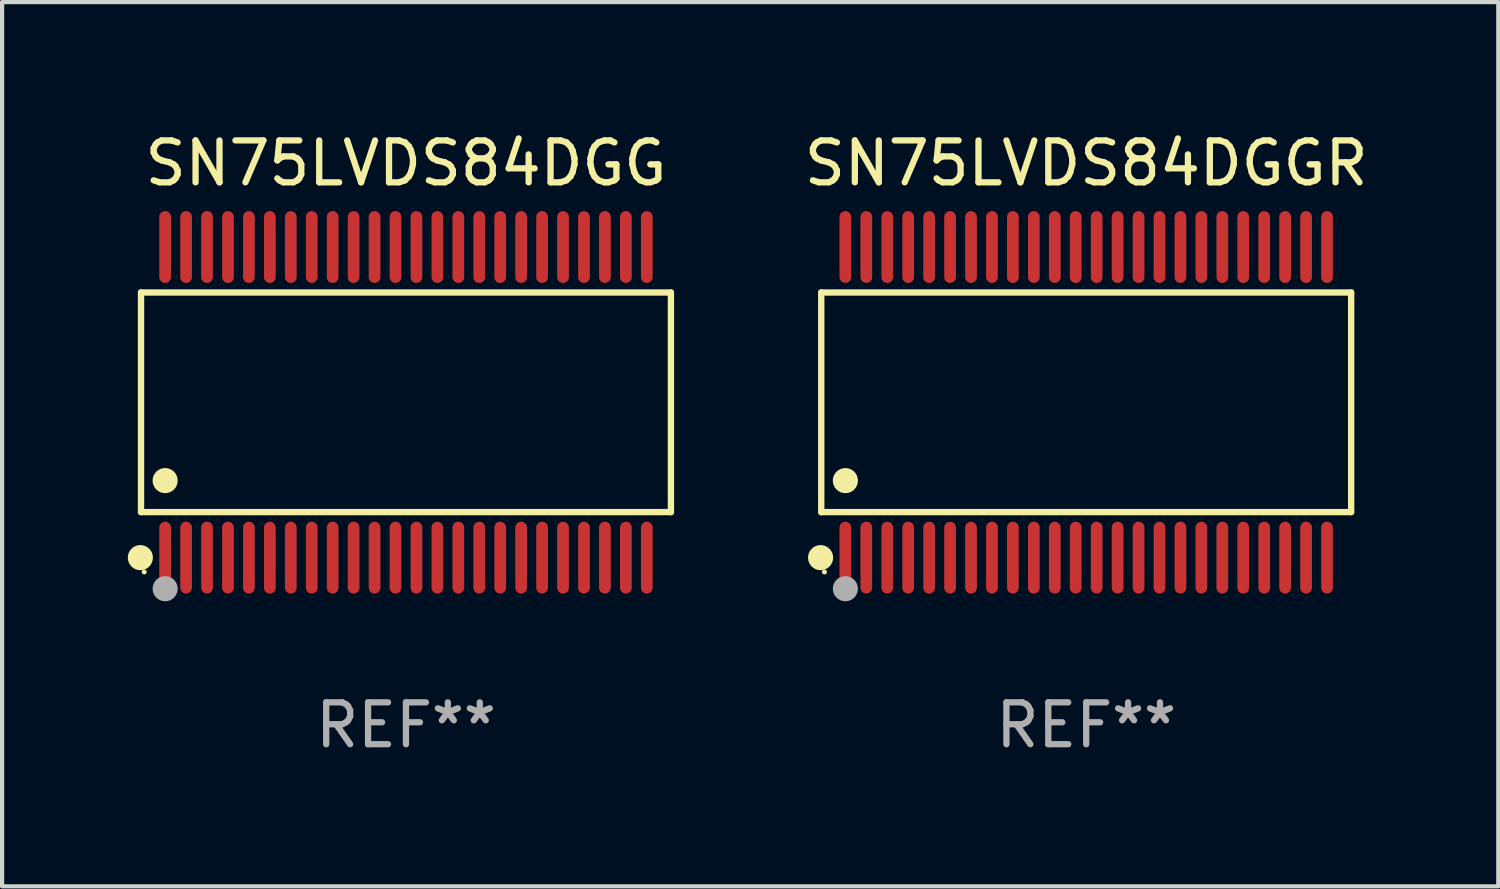
<source format=kicad_pcb>
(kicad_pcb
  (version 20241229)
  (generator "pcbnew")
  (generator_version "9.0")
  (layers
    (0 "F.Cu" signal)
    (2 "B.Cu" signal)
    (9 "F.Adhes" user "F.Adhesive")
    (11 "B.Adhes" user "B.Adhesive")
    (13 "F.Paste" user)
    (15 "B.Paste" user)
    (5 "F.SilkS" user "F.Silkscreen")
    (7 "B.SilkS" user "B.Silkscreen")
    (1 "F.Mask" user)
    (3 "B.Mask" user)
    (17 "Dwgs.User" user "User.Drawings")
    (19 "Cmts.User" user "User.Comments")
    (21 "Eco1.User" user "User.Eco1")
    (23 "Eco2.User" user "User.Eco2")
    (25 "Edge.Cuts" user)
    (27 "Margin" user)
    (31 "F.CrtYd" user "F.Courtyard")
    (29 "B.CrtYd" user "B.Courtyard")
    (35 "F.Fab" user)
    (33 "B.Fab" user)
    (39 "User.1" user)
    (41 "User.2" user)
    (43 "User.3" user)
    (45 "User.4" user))
  (footprint "SN75LVDS84DGG"
    (layer "F.Cu")
    (at 6.643 6.556)
    (property "Reference" "SN75LVDS84DGG" (at 0 -5.708 0) (layer "F.SilkS") (effects (font (size 1 1) (thickness 0.15))))
    (attr through_hole)
    (fp_line (start -6.326 -2.622) (end 6.326 -2.622) (stroke (width 0.152) (type solid)) (layer "F.SilkS"))
    (fp_line (start -6.326 2.621) (end -6.326 -2.622) (stroke (width 0.152) (type solid)) (layer "F.SilkS"))
    (fp_line (start 6.326 -2.622) (end 6.326 2.621) (stroke (width 0.152) (type solid)) (layer "F.SilkS"))
    (fp_line (start 6.326 2.621) (end -6.326 2.621) (stroke (width 0.152) (type solid)) (layer "F.SilkS"))
    (fp_circle (center -6.342 3.708) (end -6.192 3.708) (stroke (width 0.3) (type solid)) (fill no) (layer "F.SilkS"))
    (fp_circle (center -6.25 4.05) (end -6.22 4.05) (stroke (width 0.06) (type solid)) (fill no) (layer "F.SilkS"))
    (fp_circle (center -5.75 1.869) (end -5.6 1.869) (stroke (width 0.3) (type solid)) (fill no) (layer "F.SilkS"))
    (fp_circle (center -5.75 4.45) (end -5.6 4.45) (stroke (width 0.3) (type solid)) (fill no) (layer "F.Fab"))
    (fp_text user "REF**" (at 0 7.708 0) (layer "F.Fab") (effects (font (size 1 1) (thickness 0.15))))
    (pad "1" smd oval (at -5.75 3.708) (size 0.28 1.715) (layers "F.Cu" "F.Mask" "F.Paste"))
    (pad "2" smd oval (at -5.25 3.708) (size 0.28 1.715) (layers "F.Cu" "F.Mask" "F.Paste"))
    (pad "3" smd oval (at -4.75 3.708) (size 0.28 1.715) (layers "F.Cu" "F.Mask" "F.Paste"))
    (pad "4" smd oval (at -4.25 3.708) (size 0.28 1.715) (layers "F.Cu" "F.Mask" "F.Paste"))
    (pad "5" smd oval (at -3.75 3.708) (size 0.28 1.715) (layers "F.Cu" "F.Mask" "F.Paste"))
    (pad "6" smd oval (at -3.25 3.708) (size 0.28 1.715) (layers "F.Cu" "F.Mask" "F.Paste"))
    (pad "7" smd oval (at -2.75 3.708) (size 0.28 1.715) (layers "F.Cu" "F.Mask" "F.Paste"))
    (pad "8" smd oval (at -2.25 3.708) (size 0.28 1.715) (layers "F.Cu" "F.Mask" "F.Paste"))
    (pad "9" smd oval (at -1.75 3.708) (size 0.28 1.715) (layers "F.Cu" "F.Mask" "F.Paste"))
    (pad "10" smd oval (at -1.25 3.708) (size 0.28 1.715) (layers "F.Cu" "F.Mask" "F.Paste"))
    (pad "11" smd oval (at -0.75 3.708) (size 0.28 1.715) (layers "F.Cu" "F.Mask" "F.Paste"))
    (pad "12" smd oval (at -0.25 3.708) (size 0.28 1.715) (layers "F.Cu" "F.Mask" "F.Paste"))
    (pad "13" smd oval (at 0.25 3.708) (size 0.28 1.715) (layers "F.Cu" "F.Mask" "F.Paste"))
    (pad "14" smd oval (at 0.75 3.708) (size 0.28 1.715) (layers "F.Cu" "F.Mask" "F.Paste"))
    (pad "15" smd oval (at 1.25 3.708) (size 0.28 1.715) (layers "F.Cu" "F.Mask" "F.Paste"))
    (pad "16" smd oval (at 1.75 3.708) (size 0.28 1.715) (layers "F.Cu" "F.Mask" "F.Paste"))
    (pad "17" smd oval (at 2.25 3.708) (size 0.28 1.715) (layers "F.Cu" "F.Mask" "F.Paste"))
    (pad "18" smd oval (at 2.75 3.708) (size 0.28 1.715) (layers "F.Cu" "F.Mask" "F.Paste"))
    (pad "19" smd oval (at 3.25 3.708) (size 0.28 1.715) (layers "F.Cu" "F.Mask" "F.Paste"))
    (pad "20" smd oval (at 3.75 3.708) (size 0.28 1.715) (layers "F.Cu" "F.Mask" "F.Paste"))
    (pad "21" smd oval (at 4.25 3.708) (size 0.28 1.715) (layers "F.Cu" "F.Mask" "F.Paste"))
    (pad "22" smd oval (at 4.75 3.708) (size 0.28 1.715) (layers "F.Cu" "F.Mask" "F.Paste"))
    (pad "23" smd oval (at 5.25 3.708) (size 0.28 1.715) (layers "F.Cu" "F.Mask" "F.Paste"))
    (pad "24" smd oval (at 5.75 3.708) (size 0.28 1.715) (layers "F.Cu" "F.Mask" "F.Paste"))
    (pad "25" smd oval (at 5.75 -3.708) (size 0.28 1.715) (layers "F.Cu" "F.Mask" "F.Paste"))
    (pad "26" smd oval (at 5.25 -3.708) (size 0.28 1.715) (layers "F.Cu" "F.Mask" "F.Paste"))
    (pad "27" smd oval (at 4.75 -3.708) (size 0.28 1.715) (layers "F.Cu" "F.Mask" "F.Paste"))
    (pad "28" smd oval (at 4.25 -3.708) (size 0.28 1.715) (layers "F.Cu" "F.Mask" "F.Paste"))
    (pad "29" smd oval (at 3.75 -3.708) (size 0.28 1.715) (layers "F.Cu" "F.Mask" "F.Paste"))
    (pad "30" smd oval (at 3.25 -3.708) (size 0.28 1.715) (layers "F.Cu" "F.Mask" "F.Paste"))
    (pad "31" smd oval (at 2.75 -3.708) (size 0.28 1.715) (layers "F.Cu" "F.Mask" "F.Paste"))
    (pad "32" smd oval (at 2.25 -3.708) (size 0.28 1.715) (layers "F.Cu" "F.Mask" "F.Paste"))
    (pad "33" smd oval (at 1.75 -3.708) (size 0.28 1.715) (layers "F.Cu" "F.Mask" "F.Paste"))
    (pad "34" smd oval (at 1.25 -3.708) (size 0.28 1.715) (layers "F.Cu" "F.Mask" "F.Paste"))
    (pad "35" smd oval (at 0.75 -3.708) (size 0.28 1.715) (layers "F.Cu" "F.Mask" "F.Paste"))
    (pad "36" smd oval (at 0.25 -3.708) (size 0.28 1.715) (layers "F.Cu" "F.Mask" "F.Paste"))
    (pad "37" smd oval (at -0.25 -3.708) (size 0.28 1.715) (layers "F.Cu" "F.Mask" "F.Paste"))
    (pad "38" smd oval (at -0.75 -3.708) (size 0.28 1.715) (layers "F.Cu" "F.Mask" "F.Paste"))
    (pad "39" smd oval (at -1.25 -3.708) (size 0.28 1.715) (layers "F.Cu" "F.Mask" "F.Paste"))
    (pad "40" smd oval (at -1.75 -3.708) (size 0.28 1.715) (layers "F.Cu" "F.Mask" "F.Paste"))
    (pad "41" smd oval (at -2.25 -3.708) (size 0.28 1.715) (layers "F.Cu" "F.Mask" "F.Paste"))
    (pad "42" smd oval (at -2.75 -3.708) (size 0.28 1.715) (layers "F.Cu" "F.Mask" "F.Paste"))
    (pad "43" smd oval (at -3.25 -3.708) (size 0.28 1.715) (layers "F.Cu" "F.Mask" "F.Paste"))
    (pad "44" smd oval (at -3.75 -3.708) (size 0.28 1.715) (layers "F.Cu" "F.Mask" "F.Paste"))
    (pad "45" smd oval (at -4.25 -3.708) (size 0.28 1.715) (layers "F.Cu" "F.Mask" "F.Paste"))
    (pad "46" smd oval (at -4.75 -3.708) (size 0.28 1.715) (layers "F.Cu" "F.Mask" "F.Paste"))
    (pad "47" smd oval (at -5.25 -3.708) (size 0.28 1.715) (layers "F.Cu" "F.Mask" "F.Paste"))
    (pad "48" smd oval (at -5.75 -3.708) (size 0.28 1.715) (layers "F.Cu" "F.Mask" "F.Paste")))
  (footprint "SN75LVDS84DGGR"
    (layer "F.Cu")
    (at 22.884 6.556)
    (property "Reference" "SN75LVDS84DGGR" (at 0 -5.708 0) (layer "F.SilkS") (effects (font (size 1 1) (thickness 0.15))))
    (attr through_hole)
    (fp_line (start -6.326 -2.622) (end 6.326 -2.622) (stroke (width 0.152) (type solid)) (layer "F.SilkS"))
    (fp_line (start -6.326 2.621) (end -6.326 -2.622) (stroke (width 0.152) (type solid)) (layer "F.SilkS"))
    (fp_line (start 6.326 -2.622) (end 6.326 2.621) (stroke (width 0.152) (type solid)) (layer "F.SilkS"))
    (fp_line (start 6.326 2.621) (end -6.326 2.621) (stroke (width 0.152) (type solid)) (layer "F.SilkS"))
    (fp_circle (center -6.342 3.708) (end -6.192 3.708) (stroke (width 0.3) (type solid)) (fill no) (layer "F.SilkS"))
    (fp_circle (center -6.25 4.05) (end -6.22 4.05) (stroke (width 0.06) (type solid)) (fill no) (layer "F.SilkS"))
    (fp_circle (center -5.75 1.869) (end -5.6 1.869) (stroke (width 0.3) (type solid)) (fill no) (layer "F.SilkS"))
    (fp_circle (center -5.75 4.45) (end -5.6 4.45) (stroke (width 0.3) (type solid)) (fill no) (layer "F.Fab"))
    (fp_text user "REF**" (at 0 7.708 0) (layer "F.Fab") (effects (font (size 1 1) (thickness 0.15))))
    (pad "1" smd oval (at -5.75 3.708) (size 0.28 1.715) (layers "F.Cu" "F.Mask" "F.Paste"))
    (pad "2" smd oval (at -5.25 3.708) (size 0.28 1.715) (layers "F.Cu" "F.Mask" "F.Paste"))
    (pad "3" smd oval (at -4.75 3.708) (size 0.28 1.715) (layers "F.Cu" "F.Mask" "F.Paste"))
    (pad "4" smd oval (at -4.25 3.708) (size 0.28 1.715) (layers "F.Cu" "F.Mask" "F.Paste"))
    (pad "5" smd oval (at -3.75 3.708) (size 0.28 1.715) (layers "F.Cu" "F.Mask" "F.Paste"))
    (pad "6" smd oval (at -3.25 3.708) (size 0.28 1.715) (layers "F.Cu" "F.Mask" "F.Paste"))
    (pad "7" smd oval (at -2.75 3.708) (size 0.28 1.715) (layers "F.Cu" "F.Mask" "F.Paste"))
    (pad "8" smd oval (at -2.25 3.708) (size 0.28 1.715) (layers "F.Cu" "F.Mask" "F.Paste"))
    (pad "9" smd oval (at -1.75 3.708) (size 0.28 1.715) (layers "F.Cu" "F.Mask" "F.Paste"))
    (pad "10" smd oval (at -1.25 3.708) (size 0.28 1.715) (layers "F.Cu" "F.Mask" "F.Paste"))
    (pad "11" smd oval (at -0.75 3.708) (size 0.28 1.715) (layers "F.Cu" "F.Mask" "F.Paste"))
    (pad "12" smd oval (at -0.25 3.708) (size 0.28 1.715) (layers "F.Cu" "F.Mask" "F.Paste"))
    (pad "13" smd oval (at 0.25 3.708) (size 0.28 1.715) (layers "F.Cu" "F.Mask" "F.Paste"))
    (pad "14" smd oval (at 0.75 3.708) (size 0.28 1.715) (layers "F.Cu" "F.Mask" "F.Paste"))
    (pad "15" smd oval (at 1.25 3.708) (size 0.28 1.715) (layers "F.Cu" "F.Mask" "F.Paste"))
    (pad "16" smd oval (at 1.75 3.708) (size 0.28 1.715) (layers "F.Cu" "F.Mask" "F.Paste"))
    (pad "17" smd oval (at 2.25 3.708) (size 0.28 1.715) (layers "F.Cu" "F.Mask" "F.Paste"))
    (pad "18" smd oval (at 2.75 3.708) (size 0.28 1.715) (layers "F.Cu" "F.Mask" "F.Paste"))
    (pad "19" smd oval (at 3.25 3.708) (size 0.28 1.715) (layers "F.Cu" "F.Mask" "F.Paste"))
    (pad "20" smd oval (at 3.75 3.708) (size 0.28 1.715) (layers "F.Cu" "F.Mask" "F.Paste"))
    (pad "21" smd oval (at 4.25 3.708) (size 0.28 1.715) (layers "F.Cu" "F.Mask" "F.Paste"))
    (pad "22" smd oval (at 4.75 3.708) (size 0.28 1.715) (layers "F.Cu" "F.Mask" "F.Paste"))
    (pad "23" smd oval (at 5.25 3.708) (size 0.28 1.715) (layers "F.Cu" "F.Mask" "F.Paste"))
    (pad "24" smd oval (at 5.75 3.708) (size 0.28 1.715) (layers "F.Cu" "F.Mask" "F.Paste"))
    (pad "25" smd oval (at 5.75 -3.708) (size 0.28 1.715) (layers "F.Cu" "F.Mask" "F.Paste"))
    (pad "26" smd oval (at 5.25 -3.708) (size 0.28 1.715) (layers "F.Cu" "F.Mask" "F.Paste"))
    (pad "27" smd oval (at 4.75 -3.708) (size 0.28 1.715) (layers "F.Cu" "F.Mask" "F.Paste"))
    (pad "28" smd oval (at 4.25 -3.708) (size 0.28 1.715) (layers "F.Cu" "F.Mask" "F.Paste"))
    (pad "29" smd oval (at 3.75 -3.708) (size 0.28 1.715) (layers "F.Cu" "F.Mask" "F.Paste"))
    (pad "30" smd oval (at 3.25 -3.708) (size 0.28 1.715) (layers "F.Cu" "F.Mask" "F.Paste"))
    (pad "31" smd oval (at 2.75 -3.708) (size 0.28 1.715) (layers "F.Cu" "F.Mask" "F.Paste"))
    (pad "32" smd oval (at 2.25 -3.708) (size 0.28 1.715) (layers "F.Cu" "F.Mask" "F.Paste"))
    (pad "33" smd oval (at 1.75 -3.708) (size 0.28 1.715) (layers "F.Cu" "F.Mask" "F.Paste"))
    (pad "34" smd oval (at 1.25 -3.708) (size 0.28 1.715) (layers "F.Cu" "F.Mask" "F.Paste"))
    (pad "35" smd oval (at 0.75 -3.708) (size 0.28 1.715) (layers "F.Cu" "F.Mask" "F.Paste"))
    (pad "36" smd oval (at 0.25 -3.708) (size 0.28 1.715) (layers "F.Cu" "F.Mask" "F.Paste"))
    (pad "37" smd oval (at -0.25 -3.708) (size 0.28 1.715) (layers "F.Cu" "F.Mask" "F.Paste"))
    (pad "38" smd oval (at -0.75 -3.708) (size 0.28 1.715) (layers "F.Cu" "F.Mask" "F.Paste"))
    (pad "39" smd oval (at -1.25 -3.708) (size 0.28 1.715) (layers "F.Cu" "F.Mask" "F.Paste"))
    (pad "40" smd oval (at -1.75 -3.708) (size 0.28 1.715) (layers "F.Cu" "F.Mask" "F.Paste"))
    (pad "41" smd oval (at -2.25 -3.708) (size 0.28 1.715) (layers "F.Cu" "F.Mask" "F.Paste"))
    (pad "42" smd oval (at -2.75 -3.708) (size 0.28 1.715) (layers "F.Cu" "F.Mask" "F.Paste"))
    (pad "43" smd oval (at -3.25 -3.708) (size 0.28 1.715) (layers "F.Cu" "F.Mask" "F.Paste"))
    (pad "44" smd oval (at -3.75 -3.708) (size 0.28 1.715) (layers "F.Cu" "F.Mask" "F.Paste"))
    (pad "45" smd oval (at -4.25 -3.708) (size 0.28 1.715) (layers "F.Cu" "F.Mask" "F.Paste"))
    (pad "46" smd oval (at -4.75 -3.708) (size 0.28 1.715) (layers "F.Cu" "F.Mask" "F.Paste"))
    (pad "47" smd oval (at -5.25 -3.708) (size 0.28 1.715) (layers "F.Cu" "F.Mask" "F.Paste"))
    (pad "48" smd oval (at -5.75 -3.708) (size 0.28 1.715) (layers "F.Cu" "F.Mask" "F.Paste")))
  (gr_rect
    (start -3 -3)
    (end 32.723 18.112)
    (stroke (width 0.1) (type default))
    (fill no)
    (layer "Edge.Cuts")))
</source>
